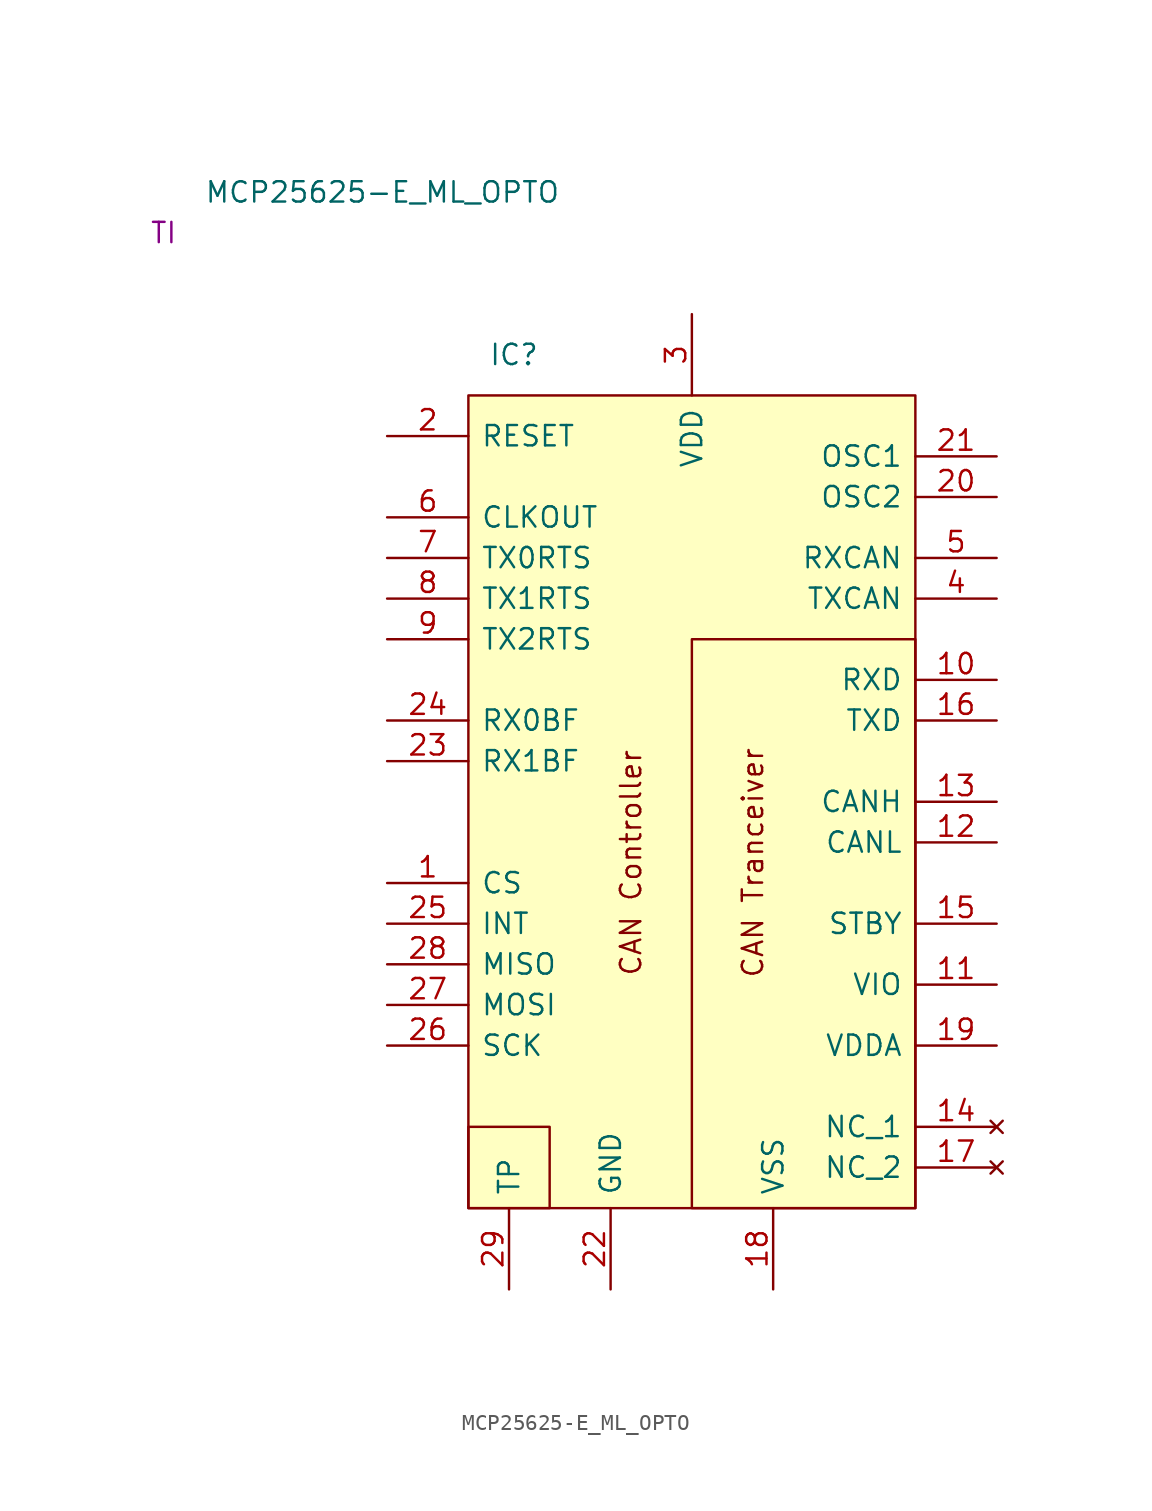
<source format=kicad_sym>
(kicad_symbol_lib
  (version 20211014)
  (generator kicad_symbol_editor)
  (symbol "MCP25625-E_ML_OPTO"
    (pin_names
      (offset 0.762))
    (property "Reference" "IC"
      (at -12.7 27.94 0)
      (effects (font (size 1.27 1.27)) (justify left)))
    (property "Value" "MCP25625-E_ML_OPTO"
      (at -30.48 38.1 0)
      (effects (font (size 1.27 1.27)) (justify left)))
    (property "MF" "TI"
      (at -33.02 35.56 0)
      (effects (font (size 1.27 1.27))))
    (symbol "MCP25625-E_ML_OPTO_0_0"
      (rectangle (start -13.97 -25.4) (end -8.89 -20.32) (stroke (width 0) (type default) (color 0 0 0 0)) (fill (type none)))
      (text "CAN Controller" (at -3.81 -3.81 900) (effects (font (size 1.27 1.27))))
      (text "CAN Tranceiver" (at 3.81 -3.81 900) (effects (font (size 1.27 1.27))))
      (pin input line (at -19.05 -5.08 0) (length 5.08) (name "CS" (effects (font (size 1.27 1.27)))) (number "1" (effects (font (size 1.27 1.27)))))
      (pin input line (at 19.05 7.62 180) (length 5.08) (name "RXD" (effects (font (size 1.27 1.27)))) (number "10" (effects (font (size 1.27 1.27)))))
      (pin power_in line (at 19.05 -11.43 180) (length 5.08) (name "VIO" (effects (font (size 1.27 1.27)))) (number "11" (effects (font (size 1.27 1.27)))))
      (pin passive line (at 19.05 -2.54 180) (length 5.08) (name "CANL" (effects (font (size 1.27 1.27)))) (number "12" (effects (font (size 1.27 1.27)))))
      (pin passive line (at 19.05 0 180) (length 5.08) (name "CANH" (effects (font (size 1.27 1.27)))) (number "13" (effects (font (size 1.27 1.27)))))
      (pin no_connect line (at 19.05 -20.32 180) (length 5.08) (name "NC_1" (effects (font (size 1.27 1.27)))) (number "14" (effects (font (size 1.27 1.27)))))
      (pin input line (at 19.05 -7.62 180) (length 5.08) (name "STBY" (effects (font (size 1.27 1.27)))) (number "15" (effects (font (size 1.27 1.27)))))
      (pin output line (at 19.05 5.08 180) (length 5.08) (name "TXD" (effects (font (size 1.27 1.27)))) (number "16" (effects (font (size 1.27 1.27)))))
      (pin no_connect line (at 19.05 -22.86 180) (length 5.08) (name "NC_2" (effects (font (size 1.27 1.27)))) (number "17" (effects (font (size 1.27 1.27)))))
      (pin power_in line (at 5.08 -30.48 90) (length 5.08) (name "VSS" (effects (font (size 1.27 1.27)))) (number "18" (effects (font (size 1.27 1.27)))))
      (pin power_in line (at 19.05 -15.24 180) (length 5.08) (name "VDDA" (effects (font (size 1.27 1.27)))) (number "19" (effects (font (size 1.27 1.27)))))
      (pin passive line (at -19.05 22.86 0) (length 5.08) (name "RESET" (effects (font (size 1.27 1.27)))) (number "2" (effects (font (size 1.27 1.27)))))
      (pin passive line (at 19.05 19.05 180) (length 5.08) (name "OSC2" (effects (font (size 1.27 1.27)))) (number "20" (effects (font (size 1.27 1.27)))))
      (pin passive line (at 19.05 21.59 180) (length 5.08) (name "OSC1" (effects (font (size 1.27 1.27)))) (number "21" (effects (font (size 1.27 1.27)))))
      (pin power_in line (at -5.08 -30.48 90) (length 5.08) (name "GND" (effects (font (size 1.27 1.27)))) (number "22" (effects (font (size 1.27 1.27)))))
      (pin bidirectional line (at -19.05 2.54 0) (length 5.08) (name "RX1BF" (effects (font (size 1.27 1.27)))) (number "23" (effects (font (size 1.27 1.27)))))
      (pin bidirectional line (at -19.05 5.08 0) (length 5.08) (name "RX0BF" (effects (font (size 1.27 1.27)))) (number "24" (effects (font (size 1.27 1.27)))))
      (pin input line (at -19.05 -7.62 0) (length 5.08) (name "INT" (effects (font (size 1.27 1.27)))) (number "25" (effects (font (size 1.27 1.27)))))
      (pin input line (at -19.05 -15.24 0) (length 5.08) (name "SCK" (effects (font (size 1.27 1.27)))) (number "26" (effects (font (size 1.27 1.27)))))
      (pin input line (at -19.05 -12.7 0) (length 5.08) (name "MOSI" (effects (font (size 1.27 1.27)))) (number "27" (effects (font (size 1.27 1.27)))))
      (pin output line (at -19.05 -10.16 0) (length 5.08) (name "MISO" (effects (font (size 1.27 1.27)))) (number "28" (effects (font (size 1.27 1.27)))))
      (pin power_in line (at -11.43 -30.48 90) (length 5.08) (name "TP" (effects (font (size 1.27 1.27)))) (number "29" (effects (font (size 1.27 1.27)))))
      (pin power_in line (at 0 30.48 270) (length 5.08) (name "VDD" (effects (font (size 1.27 1.27)))) (number "3" (effects (font (size 1.27 1.27)))))
      (pin output line (at 19.05 12.7 180) (length 5.08) (name "TXCAN" (effects (font (size 1.27 1.27)))) (number "4" (effects (font (size 1.27 1.27)))))
      (pin input line (at 19.05 15.24 180) (length 5.08) (name "RXCAN" (effects (font (size 1.27 1.27)))) (number "5" (effects (font (size 1.27 1.27)))))
      (pin output line (at -19.05 17.78 0) (length 5.08) (name "CLKOUT" (effects (font (size 1.27 1.27)))) (number "6" (effects (font (size 1.27 1.27)))))
      (pin bidirectional line (at -19.05 15.24 0) (length 5.08) (name "TX0RTS" (effects (font (size 1.27 1.27)))) (number "7" (effects (font (size 1.27 1.27)))))
      (pin bidirectional line (at -19.05 12.7 0) (length 5.08) (name "TX1RTS" (effects (font (size 1.27 1.27)))) (number "8" (effects (font (size 1.27 1.27)))))
      (pin bidirectional line (at -19.05 10.16 0) (length 5.08) (name "TX2RTS" (effects (font (size 1.27 1.27)))) (number "9" (effects (font (size 1.27 1.27))))))
    (symbol "MCP25625-E_ML_OPTO_0_1"
      (rectangle (start -13.97 25.4) (end 13.97 -25.4) (stroke (width 0) (type default) (color 0 0 0 0)) (fill (type background)))
      (rectangle (start 13.97 -25.4) (end 0 10.16) (stroke (width 0) (type default) (color 0 0 0 0)) (fill (type none))))))
</source>
